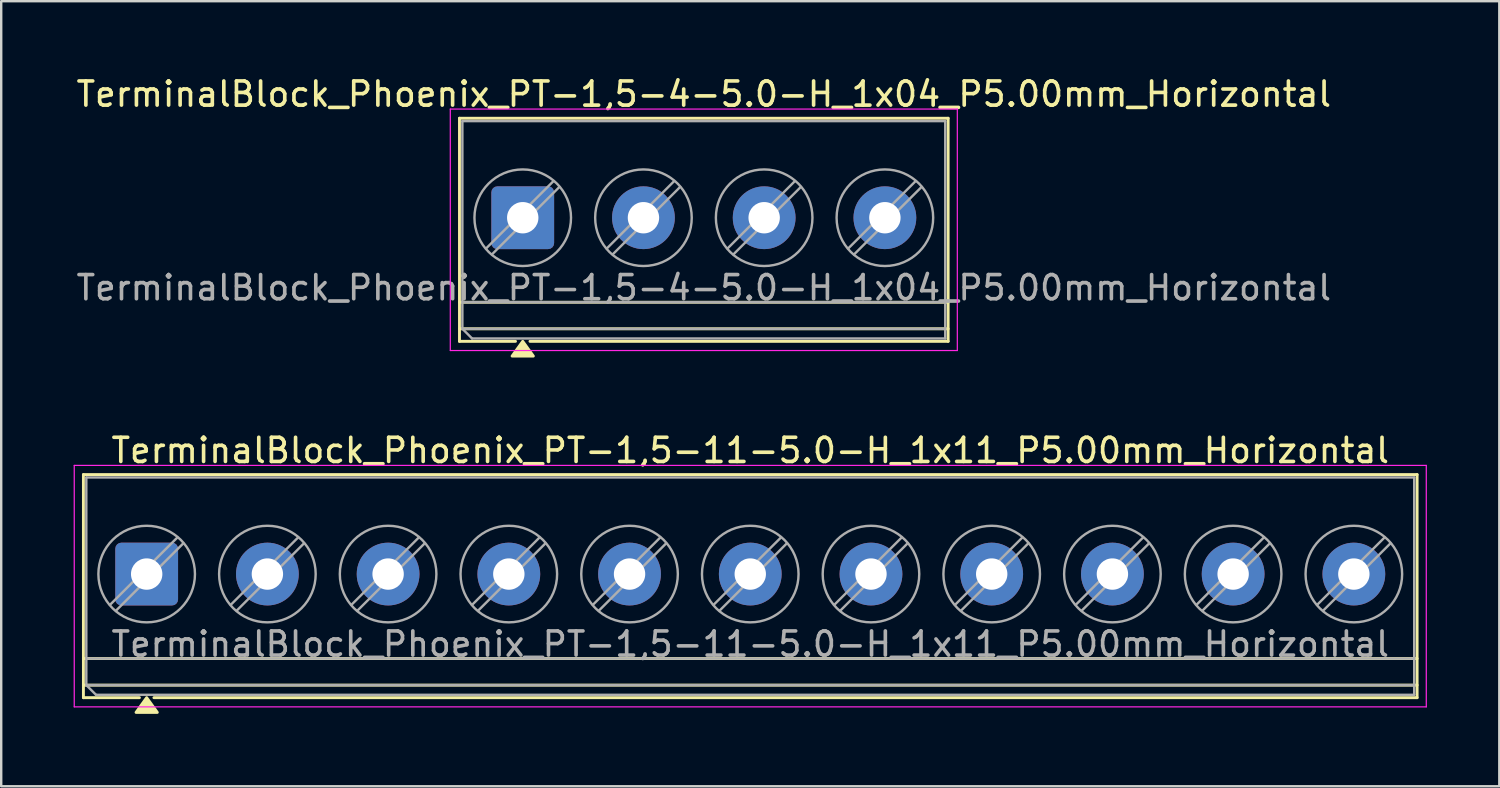
<source format=kicad_pcb>
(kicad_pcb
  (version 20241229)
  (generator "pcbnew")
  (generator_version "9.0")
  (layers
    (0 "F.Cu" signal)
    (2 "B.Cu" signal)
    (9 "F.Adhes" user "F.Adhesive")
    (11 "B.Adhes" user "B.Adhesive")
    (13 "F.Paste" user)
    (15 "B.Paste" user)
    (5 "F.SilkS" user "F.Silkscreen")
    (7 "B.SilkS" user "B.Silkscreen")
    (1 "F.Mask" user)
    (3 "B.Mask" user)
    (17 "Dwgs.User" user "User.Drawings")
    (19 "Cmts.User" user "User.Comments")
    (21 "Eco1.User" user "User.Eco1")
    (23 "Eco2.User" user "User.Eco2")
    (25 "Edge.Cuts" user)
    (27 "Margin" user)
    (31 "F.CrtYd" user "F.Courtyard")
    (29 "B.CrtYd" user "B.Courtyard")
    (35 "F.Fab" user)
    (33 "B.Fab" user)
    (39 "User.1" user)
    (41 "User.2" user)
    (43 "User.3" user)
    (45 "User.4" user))
  (footprint "TerminalBlock_Phoenix_PT-1,5-4-5.0-H_1x04_P5.00mm_Horizontal"
    (layer "F.Cu")
    (at 18.601 5.968)
    (property "Reference" "TerminalBlock_Phoenix_PT-1,5-4-5.0-H_1x04_P5.00mm_Horizontal" (at 7.5 -5.12 0) (layer "F.SilkS") (effects (font (size 1 1) (thickness 0.15))))
    (attr through_hole)
    (fp_line (start -2.62 -4.12) (end -2.62 5.12) (stroke (width 0.12) (type solid)) (layer "F.SilkS"))
    (fp_line (start -2.62 -4.12) (end 17.62 -4.12) (stroke (width 0.12) (type solid)) (layer "F.SilkS"))
    (fp_line (start -2.62 3.5) (end 17.62 3.5) (stroke (width 0.12) (type solid)) (layer "F.SilkS"))
    (fp_line (start -2.62 4.6) (end 17.62 4.6) (stroke (width 0.12) (type solid)) (layer "F.SilkS"))
    (fp_line (start -2.62 5.12) (end -0.3 5.12) (stroke (width 0.12) (type solid)) (layer "F.SilkS"))
    (fp_line (start 0.3 5.12) (end 17.62 5.12) (stroke (width 0.12) (type solid)) (layer "F.SilkS"))
    (fp_line (start 17.62 -4.12) (end 17.62 5.12) (stroke (width 0.12) (type solid)) (layer "F.SilkS"))
    (fp_poly (pts (xy 0 5.12) (xy 0.44 5.73) (xy -0.44 5.73)) (stroke (width 0.12) (type solid)) (fill yes) (layer "F.SilkS"))
    (fp_line (start -3 -4.5) (end -3 5.5) (stroke (width 0.05) (type solid)) (layer "F.CrtYd"))
    (fp_line (start -3 5.5) (end 18 5.5) (stroke (width 0.05) (type solid)) (layer "F.CrtYd"))
    (fp_line (start 18 -4.5) (end -3 -4.5) (stroke (width 0.05) (type solid)) (layer "F.CrtYd"))
    (fp_line (start 18 5.5) (end 18 -4.5) (stroke (width 0.05) (type solid)) (layer "F.CrtYd"))
    (fp_line (start -2.5 -4) (end 17.5 -4) (stroke (width 0.1) (type solid)) (layer "F.Fab"))
    (fp_line (start -2.5 3.5) (end 17.5 3.5) (stroke (width 0.1) (type solid)) (layer "F.Fab"))
    (fp_line (start -2.5 4.6) (end -2.5 -4) (stroke (width 0.1) (type solid)) (layer "F.Fab"))
    (fp_line (start -2.5 4.6) (end 17.5 4.6) (stroke (width 0.1) (type solid)) (layer "F.Fab"))
    (fp_line (start -2.1 5) (end -2.5 4.6) (stroke (width 0.1) (type solid)) (layer "F.Fab"))
    (fp_line (start 1.273 -1.517) (end -1.517 1.272) (stroke (width 0.1) (type solid)) (layer "F.Fab"))
    (fp_line (start 1.517 -1.273) (end -1.273 1.517) (stroke (width 0.1) (type solid)) (layer "F.Fab"))
    (fp_line (start 6.273 -1.517) (end 3.483 1.272) (stroke (width 0.1) (type solid)) (layer "F.Fab"))
    (fp_line (start 6.517 -1.273) (end 3.727 1.517) (stroke (width 0.1) (type solid)) (layer "F.Fab"))
    (fp_line (start 11.273 -1.517) (end 8.483 1.272) (stroke (width 0.1) (type solid)) (layer "F.Fab"))
    (fp_line (start 11.517 -1.273) (end 8.727 1.517) (stroke (width 0.1) (type solid)) (layer "F.Fab"))
    (fp_line (start 16.273 -1.517) (end 13.483 1.272) (stroke (width 0.1) (type solid)) (layer "F.Fab"))
    (fp_line (start 16.517 -1.273) (end 13.727 1.517) (stroke (width 0.1) (type solid)) (layer "F.Fab"))
    (fp_line (start 17.5 -4) (end 17.5 5) (stroke (width 0.1) (type solid)) (layer "F.Fab"))
    (fp_line (start 17.5 5) (end -2.1 5) (stroke (width 0.1) (type solid)) (layer "F.Fab"))
    (fp_circle (center 0 0) (end 2 0) (stroke (width 0.1) (type solid)) (fill no) (layer "F.Fab"))
    (fp_circle (center 5 0) (end 7 0) (stroke (width 0.1) (type solid)) (fill no) (layer "F.Fab"))
    (fp_circle (center 10 0) (end 12 0) (stroke (width 0.1) (type solid)) (fill no) (layer "F.Fab"))
    (fp_circle (center 15 0) (end 17 0) (stroke (width 0.1) (type solid)) (fill no) (layer "F.Fab"))
    (fp_text user "${REFERENCE}" (at 7.5 2.9 0) (layer "F.Fab") (effects (font (size 1 1) (thickness 0.15))))
    (pad "1" thru_hole roundrect (at 0 0) (size 2.6 2.6) (drill 1.3) (layers "*.Cu" "*.Mask") (roundrect_rratio 0.096))
    (pad "2" thru_hole circle (at 5 0) (size 2.6 2.6) (drill 1.3) (layers "*.Cu" "*.Mask"))
    (pad "3" thru_hole circle (at 10 0) (size 2.6 2.6) (drill 1.3) (layers "*.Cu" "*.Mask"))
    (pad "4" thru_hole circle (at 15 0) (size 2.6 2.6) (drill 1.3) (layers "*.Cu" "*.Mask")))
  (footprint "TerminalBlock_Phoenix_PT-1,5-11-5.0-H_1x11_P5.00mm_Horizontal"
    (layer "F.Cu")
    (at 3.025 20.727)
    (property "Reference" "TerminalBlock_Phoenix_PT-1,5-11-5.0-H_1x11_P5.00mm_Horizontal" (at 25 -5.12 0) (layer "F.SilkS") (effects (font (size 1 1) (thickness 0.15))))
    (attr through_hole)
    (fp_line (start -2.62 -4.12) (end -2.62 5.12) (stroke (width 0.12) (type solid)) (layer "F.SilkS"))
    (fp_line (start -2.62 -4.12) (end 52.62 -4.12) (stroke (width 0.12) (type solid)) (layer "F.SilkS"))
    (fp_line (start -2.62 3.5) (end 52.62 3.5) (stroke (width 0.12) (type solid)) (layer "F.SilkS"))
    (fp_line (start -2.62 4.6) (end 52.62 4.6) (stroke (width 0.12) (type solid)) (layer "F.SilkS"))
    (fp_line (start -2.62 5.12) (end -0.3 5.12) (stroke (width 0.12) (type solid)) (layer "F.SilkS"))
    (fp_line (start 0.3 5.12) (end 52.62 5.12) (stroke (width 0.12) (type solid)) (layer "F.SilkS"))
    (fp_line (start 52.62 -4.12) (end 52.62 5.12) (stroke (width 0.12) (type solid)) (layer "F.SilkS"))
    (fp_poly (pts (xy 0 5.12) (xy 0.44 5.73) (xy -0.44 5.73)) (stroke (width 0.12) (type solid)) (fill yes) (layer "F.SilkS"))
    (fp_line (start -3 -4.5) (end -3 5.5) (stroke (width 0.05) (type solid)) (layer "F.CrtYd"))
    (fp_line (start -3 5.5) (end 53 5.5) (stroke (width 0.05) (type solid)) (layer "F.CrtYd"))
    (fp_line (start 53 -4.5) (end -3 -4.5) (stroke (width 0.05) (type solid)) (layer "F.CrtYd"))
    (fp_line (start 53 5.5) (end 53 -4.5) (stroke (width 0.05) (type solid)) (layer "F.CrtYd"))
    (fp_line (start -2.5 -4) (end 52.5 -4) (stroke (width 0.1) (type solid)) (layer "F.Fab"))
    (fp_line (start -2.5 3.5) (end 52.5 3.5) (stroke (width 0.1) (type solid)) (layer "F.Fab"))
    (fp_line (start -2.5 4.6) (end -2.5 -4) (stroke (width 0.1) (type solid)) (layer "F.Fab"))
    (fp_line (start -2.5 4.6) (end 52.5 4.6) (stroke (width 0.1) (type solid)) (layer "F.Fab"))
    (fp_line (start -2.1 5) (end -2.5 4.6) (stroke (width 0.1) (type solid)) (layer "F.Fab"))
    (fp_line (start 1.273 -1.517) (end -1.517 1.272) (stroke (width 0.1) (type solid)) (layer "F.Fab"))
    (fp_line (start 1.517 -1.273) (end -1.273 1.517) (stroke (width 0.1) (type solid)) (layer "F.Fab"))
    (fp_line (start 6.273 -1.517) (end 3.483 1.272) (stroke (width 0.1) (type solid)) (layer "F.Fab"))
    (fp_line (start 6.517 -1.273) (end 3.727 1.517) (stroke (width 0.1) (type solid)) (layer "F.Fab"))
    (fp_line (start 11.273 -1.517) (end 8.483 1.272) (stroke (width 0.1) (type solid)) (layer "F.Fab"))
    (fp_line (start 11.517 -1.273) (end 8.727 1.517) (stroke (width 0.1) (type solid)) (layer "F.Fab"))
    (fp_line (start 16.273 -1.517) (end 13.483 1.272) (stroke (width 0.1) (type solid)) (layer "F.Fab"))
    (fp_line (start 16.517 -1.273) (end 13.727 1.517) (stroke (width 0.1) (type solid)) (layer "F.Fab"))
    (fp_line (start 21.273 -1.517) (end 18.483 1.272) (stroke (width 0.1) (type solid)) (layer "F.Fab"))
    (fp_line (start 21.517 -1.273) (end 18.727 1.517) (stroke (width 0.1) (type solid)) (layer "F.Fab"))
    (fp_line (start 26.273 -1.517) (end 23.483 1.272) (stroke (width 0.1) (type solid)) (layer "F.Fab"))
    (fp_line (start 26.517 -1.273) (end 23.727 1.517) (stroke (width 0.1) (type solid)) (layer "F.Fab"))
    (fp_line (start 31.273 -1.517) (end 28.483 1.272) (stroke (width 0.1) (type solid)) (layer "F.Fab"))
    (fp_line (start 31.517 -1.273) (end 28.727 1.517) (stroke (width 0.1) (type solid)) (layer "F.Fab"))
    (fp_line (start 36.273 -1.517) (end 33.483 1.272) (stroke (width 0.1) (type solid)) (layer "F.Fab"))
    (fp_line (start 36.517 -1.273) (end 33.727 1.517) (stroke (width 0.1) (type solid)) (layer "F.Fab"))
    (fp_line (start 41.273 -1.517) (end 38.483 1.272) (stroke (width 0.1) (type solid)) (layer "F.Fab"))
    (fp_line (start 41.517 -1.273) (end 38.727 1.517) (stroke (width 0.1) (type solid)) (layer "F.Fab"))
    (fp_line (start 46.273 -1.517) (end 43.483 1.272) (stroke (width 0.1) (type solid)) (layer "F.Fab"))
    (fp_line (start 46.517 -1.273) (end 43.727 1.517) (stroke (width 0.1) (type solid)) (layer "F.Fab"))
    (fp_line (start 51.273 -1.517) (end 48.483 1.272) (stroke (width 0.1) (type solid)) (layer "F.Fab"))
    (fp_line (start 51.517 -1.273) (end 48.727 1.517) (stroke (width 0.1) (type solid)) (layer "F.Fab"))
    (fp_line (start 52.5 -4) (end 52.5 5) (stroke (width 0.1) (type solid)) (layer "F.Fab"))
    (fp_line (start 52.5 5) (end -2.1 5) (stroke (width 0.1) (type solid)) (layer "F.Fab"))
    (fp_circle (center 0 0) (end 2 0) (stroke (width 0.1) (type solid)) (fill no) (layer "F.Fab"))
    (fp_circle (center 5 0) (end 7 0) (stroke (width 0.1) (type solid)) (fill no) (layer "F.Fab"))
    (fp_circle (center 10 0) (end 12 0) (stroke (width 0.1) (type solid)) (fill no) (layer "F.Fab"))
    (fp_circle (center 15 0) (end 17 0) (stroke (width 0.1) (type solid)) (fill no) (layer "F.Fab"))
    (fp_circle (center 20 0) (end 22 0) (stroke (width 0.1) (type solid)) (fill no) (layer "F.Fab"))
    (fp_circle (center 25 0) (end 27 0) (stroke (width 0.1) (type solid)) (fill no) (layer "F.Fab"))
    (fp_circle (center 30 0) (end 32 0) (stroke (width 0.1) (type solid)) (fill no) (layer "F.Fab"))
    (fp_circle (center 35 0) (end 37 0) (stroke (width 0.1) (type solid)) (fill no) (layer "F.Fab"))
    (fp_circle (center 40 0) (end 42 0) (stroke (width 0.1) (type solid)) (fill no) (layer "F.Fab"))
    (fp_circle (center 45 0) (end 47 0) (stroke (width 0.1) (type solid)) (fill no) (layer "F.Fab"))
    (fp_circle (center 50 0) (end 52 0) (stroke (width 0.1) (type solid)) (fill no) (layer "F.Fab"))
    (fp_text user "${REFERENCE}" (at 25 2.9 0) (layer "F.Fab") (effects (font (size 1 1) (thickness 0.15))))
    (pad "1" thru_hole roundrect (at 0 0) (size 2.6 2.6) (drill 1.3) (layers "*.Cu" "*.Mask") (roundrect_rratio 0.096))
    (pad "2" thru_hole circle (at 5 0) (size 2.6 2.6) (drill 1.3) (layers "*.Cu" "*.Mask"))
    (pad "3" thru_hole circle (at 10 0) (size 2.6 2.6) (drill 1.3) (layers "*.Cu" "*.Mask"))
    (pad "4" thru_hole circle (at 15 0) (size 2.6 2.6) (drill 1.3) (layers "*.Cu" "*.Mask"))
    (pad "5" thru_hole circle (at 20 0) (size 2.6 2.6) (drill 1.3) (layers "*.Cu" "*.Mask"))
    (pad "6" thru_hole circle (at 25 0) (size 2.6 2.6) (drill 1.3) (layers "*.Cu" "*.Mask"))
    (pad "7" thru_hole circle (at 30 0) (size 2.6 2.6) (drill 1.3) (layers "*.Cu" "*.Mask"))
    (pad "8" thru_hole circle (at 35 0) (size 2.6 2.6) (drill 1.3) (layers "*.Cu" "*.Mask"))
    (pad "9" thru_hole circle (at 40 0) (size 2.6 2.6) (drill 1.3) (layers "*.Cu" "*.Mask"))
    (pad "10" thru_hole circle (at 45 0) (size 2.6 2.6) (drill 1.3) (layers "*.Cu" "*.Mask"))
    (pad "11" thru_hole circle (at 50 0) (size 2.6 2.6) (drill 1.3) (layers "*.Cu" "*.Mask")))
  (gr_rect
    (start -3 -3)
    (end 59.05 29.517)
    (stroke (width 0.1) (type default))
    (fill no)
    (layer "Edge.Cuts")))
</source>
